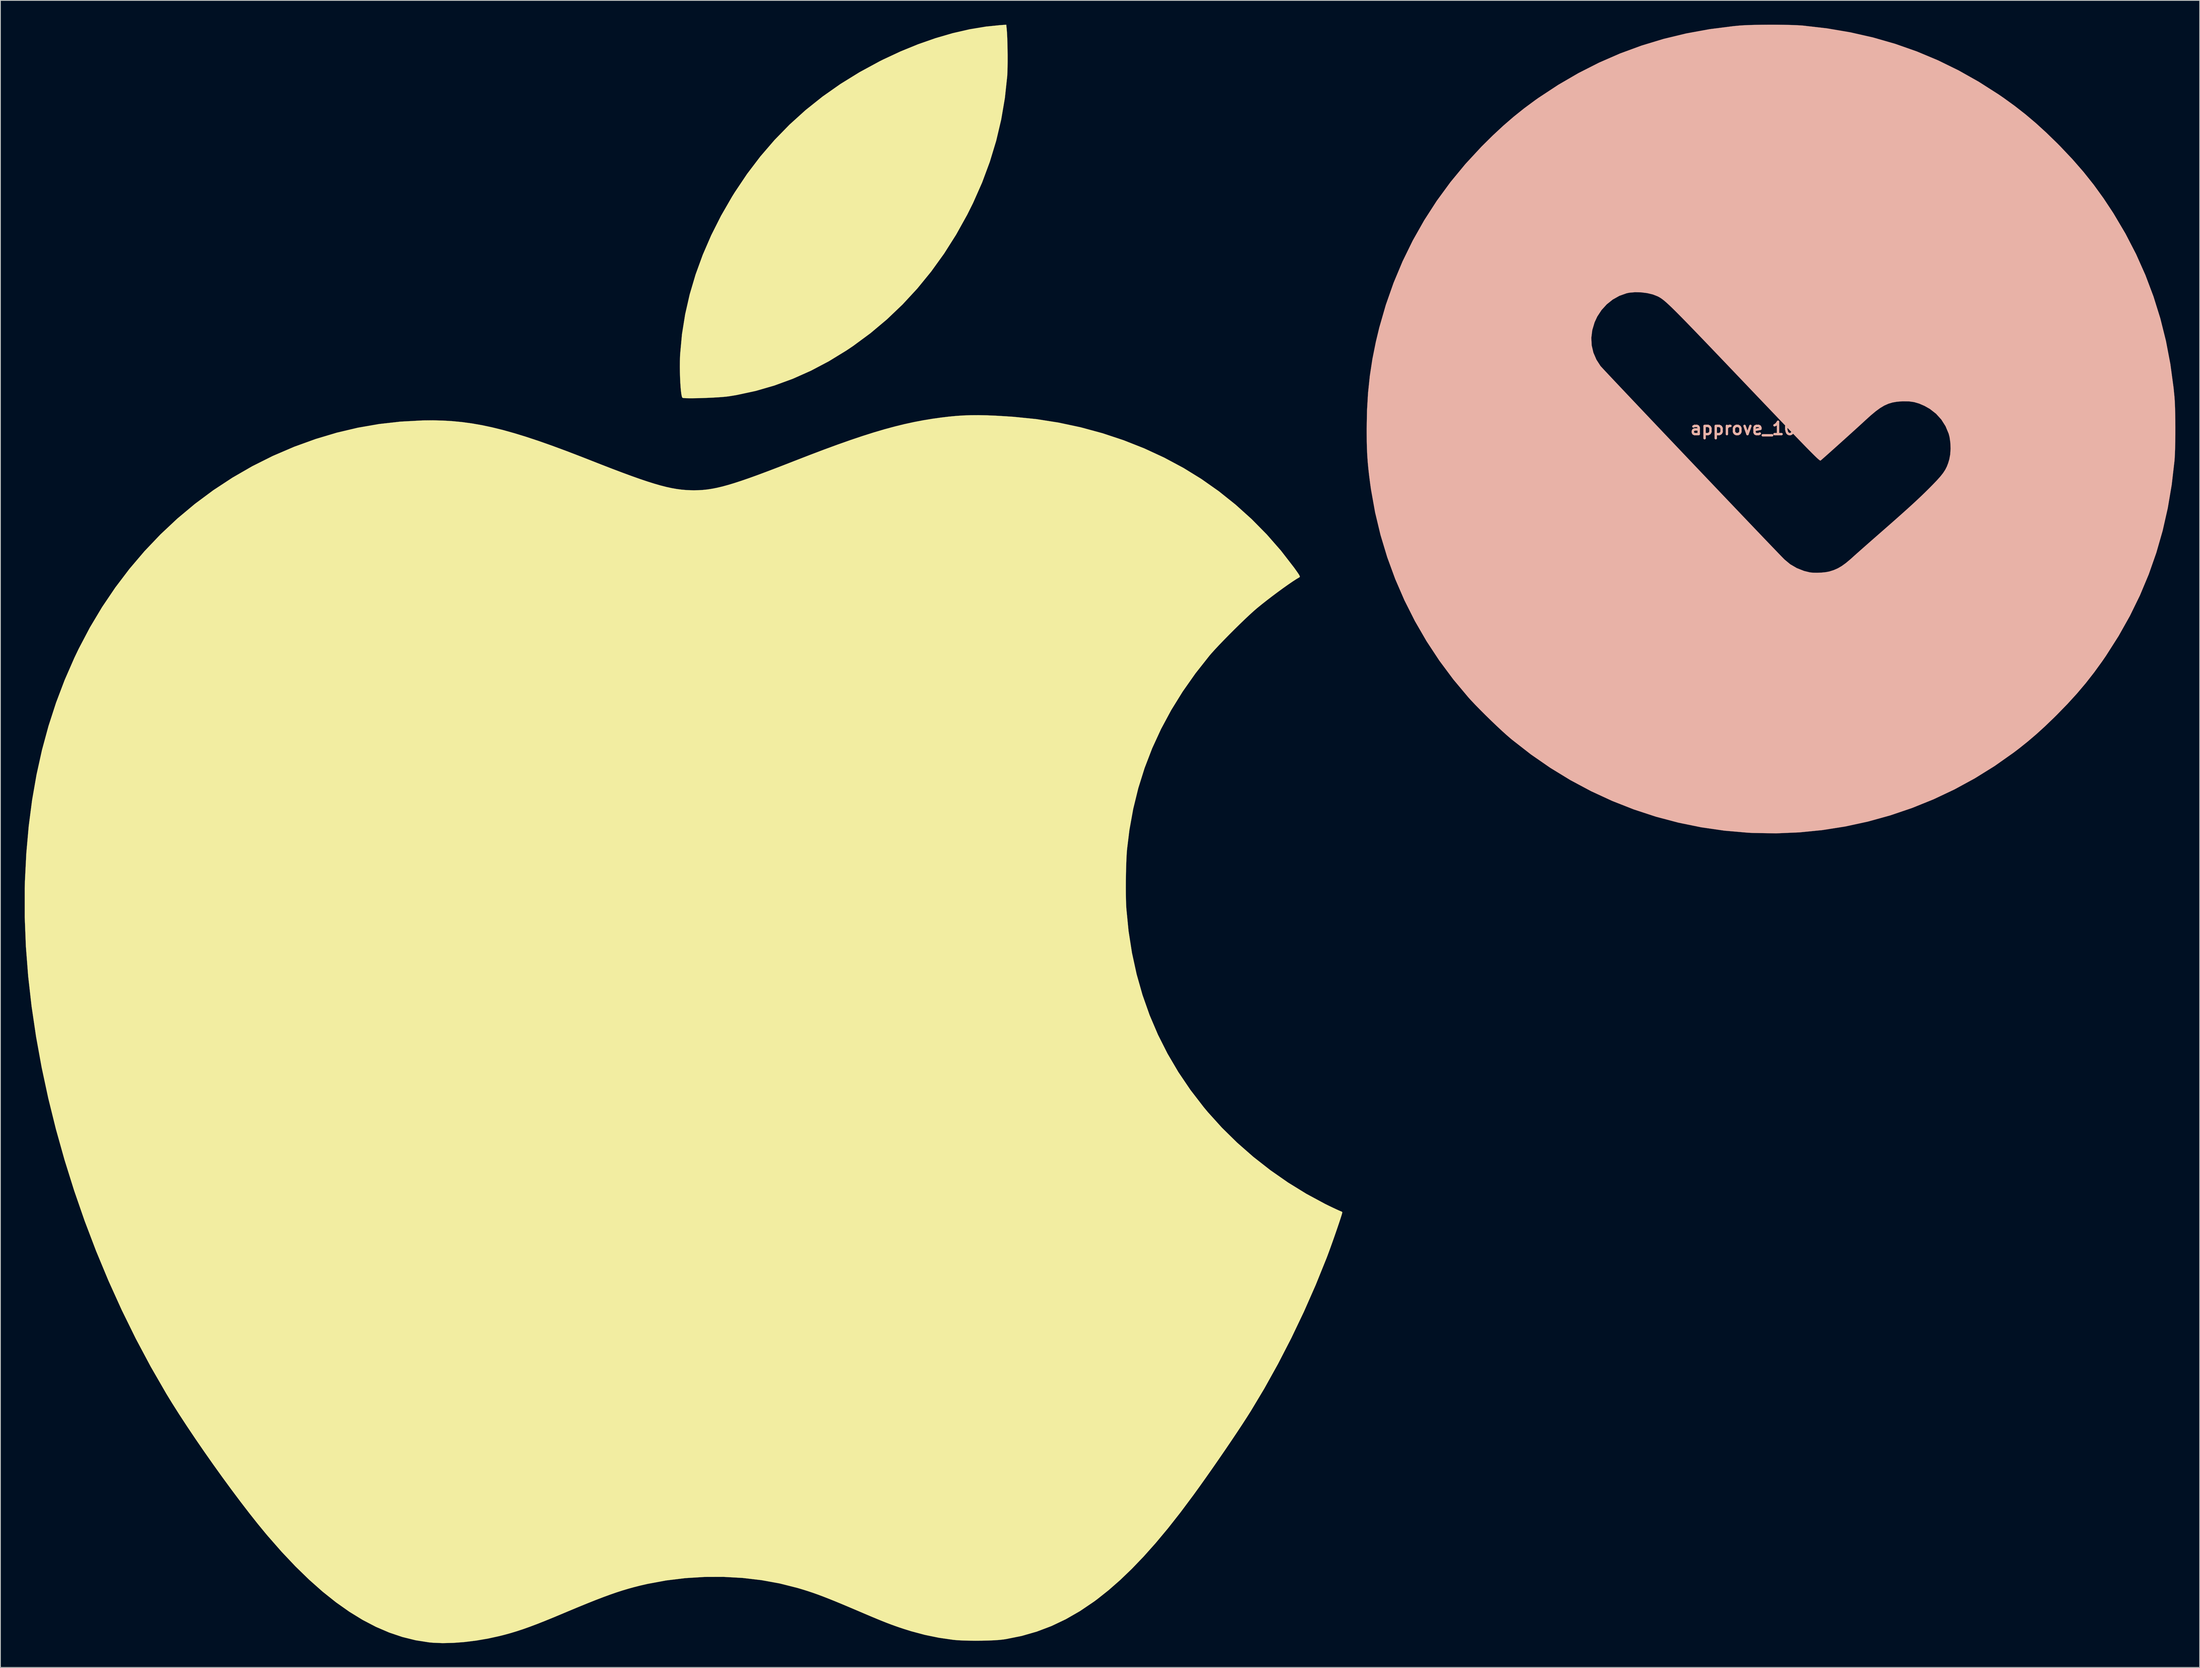
<source format=kicad_pcb>
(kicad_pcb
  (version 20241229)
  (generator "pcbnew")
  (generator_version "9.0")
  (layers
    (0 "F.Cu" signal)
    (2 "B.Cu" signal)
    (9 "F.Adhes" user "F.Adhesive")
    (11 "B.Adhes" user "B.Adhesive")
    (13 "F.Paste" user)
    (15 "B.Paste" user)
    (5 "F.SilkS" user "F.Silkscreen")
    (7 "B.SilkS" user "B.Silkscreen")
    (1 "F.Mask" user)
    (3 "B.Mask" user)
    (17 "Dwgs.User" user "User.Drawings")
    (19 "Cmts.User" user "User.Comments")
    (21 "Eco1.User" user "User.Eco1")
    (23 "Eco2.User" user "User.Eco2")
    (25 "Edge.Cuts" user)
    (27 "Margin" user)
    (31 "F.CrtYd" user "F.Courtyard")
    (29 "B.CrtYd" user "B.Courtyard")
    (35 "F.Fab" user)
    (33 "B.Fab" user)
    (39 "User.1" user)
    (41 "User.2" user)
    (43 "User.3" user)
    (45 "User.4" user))
  (footprint "apple_20x20_F"
    (layer "F.Cu")
    (at 81.393 100.018)
    (property "Reference" "apple_20x20_F" (at 0 0 0) (layer "F.SilkS") (effects (font (size 1.524 1.524) (thickness 0.3))))
    (attr through_hole)
    (fp_poly (pts (xy 39.907 -99.515) (xy 39.945 -99.049) (xy 39.975 -98.45) (xy 39.999 -97.755) (xy 40.015 -97.002) (xy 40.024 -96.226) (xy 40.024 -95.466) (xy 40.016 -94.756) (xy 39.998 -94.136) (xy 39.972 -93.641) (xy 39.685 -90.955) (xy 39.232 -88.299) (xy 38.613 -85.673) (xy 37.827 -83.079) (xy 36.876 -80.516) (xy 35.758 -77.987) (xy 35.036 -76.539) (xy 33.666 -74.075) (xy 32.181 -71.732) (xy 30.582 -69.511) (xy 28.871 -67.415) (xy 27.049 -65.445) (xy 25.118 -63.603) (xy 23.079 -61.89) (xy 20.934 -60.308) (xy 20.108 -59.753) (xy 17.937 -58.423) (xy 15.732 -57.259) (xy 13.493 -56.261) (xy 11.218 -55.427) (xy 8.905 -54.757) (xy 6.554 -54.251) (xy 5.588 -54.092) (xy 5.224 -54.047) (xy 4.758 -54.005) (xy 4.214 -53.967) (xy 3.617 -53.932) (xy 2.991 -53.903) (xy 2.361 -53.88) (xy 1.751 -53.863) (xy 1.186 -53.854) (xy 0.69 -53.853) (xy 0.287 -53.861) (xy 0.002 -53.878) (xy -0.14 -53.906) (xy -0.144 -53.909) (xy -0.209 -54.036) (xy -0.269 -54.31) (xy -0.323 -54.708) (xy -0.37 -55.208) (xy -0.409 -55.786) (xy -0.438 -56.421) (xy -0.457 -57.089) (xy -0.465 -57.768) (xy -0.459 -58.436) (xy -0.439 -59.069) (xy -0.426 -59.318) (xy -0.2 -61.777) (xy 0.194 -64.238) (xy 0.754 -66.696) (xy 1.478 -69.146) (xy 2.365 -71.583) (xy 3.412 -74.002) (xy 4.619 -76.398) (xy 5.984 -78.767) (xy 6.309 -79.29) (xy 7.84 -81.575) (xy 9.478 -83.731) (xy 11.226 -85.762) (xy 13.086 -87.67) (xy 15.063 -89.46) (xy 17.16 -91.133) (xy 19.381 -92.694) (xy 21.728 -94.145) (xy 24.205 -95.489) (xy 24.638 -95.706) (xy 26.799 -96.715) (xy 28.96 -97.597) (xy 31.108 -98.349) (xy 33.228 -98.967) (xy 35.308 -99.445) (xy 37.334 -99.782) (xy 39.041 -99.956) (xy 39.855 -100.013) (xy 39.907 -99.515)) (stroke (width 0.01) (type solid)) (fill yes) (layer "F.SilkS"))
    (fp_poly (pts (xy 37.443 -51.744) (xy 38.546 -51.698) (xy 39.77 -51.626) (xy 40.767 -51.558) (xy 43.558 -51.277) (xy 46.323 -50.843) (xy 49.052 -50.261) (xy 51.731 -49.533) (xy 54.351 -48.664) (xy 56.899 -47.657) (xy 59.364 -46.516) (xy 61.736 -45.246) (xy 63.946 -43.884) (xy 66.103 -42.366) (xy 68.181 -40.706) (xy 70.165 -38.918) (xy 72.04 -37.017) (xy 73.791 -35.016) (xy 75.404 -32.93) (xy 75.547 -32.732) (xy 75.813 -32.356) (xy 75.99 -32.093) (xy 76.088 -31.92) (xy 76.121 -31.814) (xy 76.098 -31.751) (xy 76.057 -31.722) (xy 75.696 -31.508) (xy 75.226 -31.203) (xy 74.672 -30.824) (xy 74.056 -30.387) (xy 73.401 -29.909) (xy 72.73 -29.407) (xy 72.066 -28.898) (xy 71.431 -28.398) (xy 70.849 -27.924) (xy 70.827 -27.906) (xy 70.402 -27.537) (xy 69.886 -27.067) (xy 69.302 -26.517) (xy 68.672 -25.909) (xy 68.019 -25.267) (xy 67.366 -24.612) (xy 66.733 -23.967) (xy 66.145 -23.355) (xy 65.622 -22.796) (xy 65.189 -22.315) (xy 64.966 -22.056) (xy 63.224 -19.847) (xy 61.646 -17.6) (xy 60.23 -15.311) (xy 58.976 -12.977) (xy 57.881 -10.595) (xy 56.945 -8.159) (xy 56.165 -5.668) (xy 55.54 -3.117) (xy 55.068 -0.502) (xy 54.778 1.863) (xy 54.733 2.438) (xy 54.696 3.147) (xy 54.666 3.955) (xy 54.644 4.826) (xy 54.631 5.726) (xy 54.626 6.618) (xy 54.631 7.468) (xy 54.646 8.24) (xy 54.671 8.899) (xy 54.688 9.186) (xy 54.961 11.978) (xy 55.385 14.693) (xy 55.96 17.331) (xy 56.687 19.895) (xy 57.565 22.385) (xy 58.596 24.802) (xy 59.78 27.147) (xy 61.117 29.421) (xy 62.607 31.625) (xy 64.251 33.76) (xy 64.762 34.373) (xy 66.501 36.298) (xy 68.379 38.143) (xy 70.377 39.896) (xy 72.478 41.541) (xy 74.665 43.067) (xy 76.92 44.458) (xy 79.226 45.702) (xy 79.724 45.948) (xy 80.183 46.168) (xy 80.592 46.36) (xy 80.926 46.512) (xy 81.16 46.613) (xy 81.269 46.651) (xy 81.27 46.651) (xy 81.356 46.719) (xy 81.365 46.767) (xy 81.337 46.894) (xy 81.259 47.157) (xy 81.138 47.537) (xy 80.982 48.01) (xy 80.798 48.554) (xy 80.594 49.149) (xy 80.378 49.772) (xy 80.156 50.401) (xy 79.936 51.015) (xy 79.726 51.592) (xy 79.534 52.109) (xy 79.424 52.398) (xy 78.078 55.73) (xy 76.621 59.039) (xy 75.067 62.295) (xy 73.43 65.472) (xy 71.725 68.539) (xy 70.077 71.289) (xy 69.581 72.073) (xy 68.999 72.971) (xy 68.345 73.96) (xy 67.636 75.019) (xy 66.885 76.126) (xy 66.107 77.258) (xy 65.319 78.395) (xy 64.534 79.513) (xy 63.768 80.591) (xy 63.035 81.607) (xy 62.965 81.703) (xy 61.378 83.831) (xy 59.83 85.8) (xy 58.314 87.616) (xy 56.828 89.283) (xy 55.366 90.807) (xy 53.923 92.193) (xy 52.494 93.446) (xy 51.075 94.572) (xy 50.692 94.855) (xy 48.963 96.026) (xy 47.215 97.031) (xy 45.439 97.876) (xy 43.625 98.563) (xy 41.764 99.098) (xy 39.845 99.483) (xy 39.497 99.537) (xy 38.998 99.592) (xy 38.367 99.635) (xy 37.639 99.666) (xy 36.853 99.685) (xy 36.042 99.69) (xy 35.246 99.683) (xy 34.499 99.662) (xy 33.838 99.627) (xy 33.316 99.581) (xy 31.536 99.324) (xy 29.82 98.973) (xy 28.1 98.513) (xy 27.22 98.238) (xy 26.676 98.058) (xy 26.156 97.878) (xy 25.636 97.689) (xy 25.092 97.482) (xy 24.5 97.248) (xy 23.836 96.976) (xy 23.076 96.659) (xy 22.196 96.285) (xy 21.757 96.097) (xy 20.623 95.614) (xy 19.624 95.193) (xy 18.74 94.827) (xy 17.954 94.51) (xy 17.245 94.233) (xy 16.594 93.989) (xy 15.982 93.772) (xy 15.389 93.574) (xy 14.798 93.387) (xy 14.188 93.204) (xy 14.055 93.165) (xy 11.874 92.615) (xy 9.615 92.204) (xy 7.298 91.932) (xy 4.943 91.8) (xy 2.568 91.807) (xy 0.193 91.955) (xy -2.161 92.242) (xy -4.477 92.671) (xy -5.415 92.888) (xy -6.136 93.072) (xy -6.845 93.268) (xy -7.559 93.482) (xy -8.298 93.721) (xy -9.077 93.991) (xy -9.914 94.298) (xy -10.828 94.648) (xy -11.834 95.049) (xy -12.951 95.505) (xy -14.196 96.024) (xy -14.814 96.284) (xy -16.033 96.795) (xy -17.121 97.239) (xy -18.097 97.625) (xy -18.983 97.959) (xy -19.8 98.25) (xy -20.568 98.504) (xy -21.309 98.73) (xy -22.042 98.934) (xy -22.712 99.105) (xy -24.154 99.422) (xy -25.611 99.672) (xy -27.052 99.85) (xy -28.447 99.956) (xy -29.767 99.986) (xy -30.982 99.937) (xy -31.454 99.893) (xy -33.1 99.634) (xy -34.74 99.229) (xy -36.375 98.677) (xy -38.01 97.974) (xy -39.645 97.12) (xy -41.285 96.112) (xy -42.933 94.948) (xy -44.591 93.627) (xy -46.261 92.146) (xy -47.948 90.504) (xy -49.654 88.699) (xy -51.381 86.728) (xy -51.656 86.402) (xy -52.62 85.227) (xy -53.649 83.927) (xy -54.727 82.523) (xy -55.84 81.038) (xy -56.969 79.496) (xy -58.1 77.918) (xy -59.215 76.328) (xy -60.3 74.748) (xy -61.338 73.2) (xy -62.313 71.708) (xy -63.209 70.293) (xy -63.894 69.173) (xy -65.833 65.809) (xy -67.674 62.352) (xy -69.412 58.813) (xy -71.046 55.203) (xy -72.572 51.532) (xy -73.987 47.812) (xy -75.288 44.054) (xy -76.473 40.267) (xy -77.538 36.464) (xy -78.48 32.654) (xy -79.296 28.849) (xy -79.984 25.06) (xy -80.54 21.297) (xy -80.962 17.571) (xy -81.245 13.893) (xy -81.388 10.274) (xy -81.388 6.725) (xy -81.364 5.819) (xy -81.191 2.367) (xy -80.895 -0.974) (xy -80.475 -4.21) (xy -79.928 -7.347) (xy -79.255 -10.392) (xy -78.452 -13.352) (xy -77.52 -16.232) (xy -76.455 -19.039) (xy -75.257 -21.78) (xy -74.719 -22.902) (xy -73.339 -25.526) (xy -71.831 -28.048) (xy -70.201 -30.463) (xy -68.453 -32.768) (xy -66.591 -34.958) (xy -64.619 -37.029) (xy -62.544 -38.977) (xy -60.368 -40.797) (xy -58.096 -42.486) (xy -55.733 -44.039) (xy -53.284 -45.452) (xy -50.752 -46.721) (xy -48.142 -47.841) (xy -48.048 -47.878) (xy -45.443 -48.82) (xy -42.846 -49.597) (xy -40.244 -50.212) (xy -37.624 -50.667) (xy -34.97 -50.965) (xy -32.271 -51.11) (xy -32.173 -51.112) (xy -30.947 -51.123) (xy -29.746 -51.094) (xy -28.557 -51.023) (xy -27.367 -50.908) (xy -26.163 -50.744) (xy -24.933 -50.529) (xy -23.662 -50.259) (xy -22.338 -49.933) (xy -20.949 -49.545) (xy -19.48 -49.095) (xy -17.92 -48.578) (xy -16.255 -47.991) (xy -14.472 -47.331) (xy -12.558 -46.596) (xy -11.726 -46.269) (xy -10.193 -45.667) (xy -8.804 -45.129) (xy -7.547 -44.653) (xy -6.41 -44.234) (xy -5.382 -43.87) (xy -4.451 -43.557) (xy -3.607 -43.292) (xy -2.837 -43.07) (xy -2.129 -42.89) (xy -1.473 -42.747) (xy -0.857 -42.639) (xy -0.269 -42.561) (xy 0.303 -42.511) (xy 0.869 -42.485) (xy 1.27 -42.479) (xy 1.809 -42.488) (xy 2.349 -42.519) (xy 2.901 -42.576) (xy 3.477 -42.663) (xy 4.088 -42.781) (xy 4.747 -42.936) (xy 5.464 -43.13) (xy 6.251 -43.367) (xy 7.12 -43.65) (xy 8.083 -43.982) (xy 9.15 -44.367) (xy 10.334 -44.809) (xy 11.646 -45.31) (xy 13.097 -45.874) (xy 13.639 -46.086) (xy 15.584 -46.841) (xy 17.39 -47.526) (xy 19.072 -48.143) (xy 20.642 -48.697) (xy 22.113 -49.192) (xy 23.5 -49.631) (xy 24.814 -50.019) (xy 26.07 -50.359) (xy 27.281 -50.656) (xy 28.46 -50.913) (xy 29.621 -51.134) (xy 30.777 -51.324) (xy 31.877 -51.477) (xy 32.813 -51.587) (xy 33.71 -51.671) (xy 34.594 -51.728) (xy 35.494 -51.759) (xy 36.434 -51.764) (xy 37.443 -51.744)) (stroke (width 0.01) (type solid)) (fill yes) (layer "F.SilkS")))
  (footprint "approve_10x10_B"
    (layer "F.Cu")
    (at 215.673 49.908)
    (property "Reference" "approve_10x10_B" (at 0 0 0) (layer "B.SilkS") (effects (font (size 1.524 1.524) (thickness 0.3))))
    (attr through_hole)
    (fp_poly (pts (xy 0.729 -49.901) (xy 1.6 -49.891) (xy 2.414 -49.874) (xy 3.138 -49.848) (xy 3.741 -49.815) (xy 3.979 -49.796) (xy 6.951 -49.453) (xy 9.839 -48.963) (xy 12.648 -48.326) (xy 15.383 -47.539) (xy 18.051 -46.601) (xy 20.656 -45.509) (xy 23.203 -44.262) (xy 25.697 -42.857) (xy 28.145 -41.294) (xy 28.766 -40.867) (xy 30.146 -39.867) (xy 31.467 -38.834) (xy 32.761 -37.739) (xy 34.058 -36.555) (xy 35.392 -35.256) (xy 35.773 -34.871) (xy 37.271 -33.288) (xy 38.639 -31.718) (xy 39.91 -30.121) (xy 41.115 -28.455) (xy 42.287 -26.682) (xy 42.363 -26.561) (xy 43.828 -24.084) (xy 45.135 -21.556) (xy 46.287 -18.971) (xy 47.285 -16.325) (xy 48.13 -13.614) (xy 48.825 -10.832) (xy 49.37 -7.974) (xy 49.767 -5.037) (xy 49.88 -3.895) (xy 49.917 -3.356) (xy 49.946 -2.682) (xy 49.968 -1.904) (xy 49.982 -1.055) (xy 49.987 -0.166) (xy 49.986 0.729) (xy 49.976 1.6) (xy 49.958 2.414) (xy 49.933 3.138) (xy 49.9 3.741) (xy 49.881 3.979) (xy 49.538 6.947) (xy 49.051 9.829) (xy 48.417 12.631) (xy 47.634 15.358) (xy 46.701 18.018) (xy 45.614 20.615) (xy 44.373 23.155) (xy 42.974 25.644) (xy 41.417 28.088) (xy 40.951 28.766) (xy 39.954 30.143) (xy 38.923 31.462) (xy 37.831 32.753) (xy 36.65 34.048) (xy 35.353 35.379) (xy 34.955 35.773) (xy 33.856 36.829) (xy 32.806 37.783) (xy 31.762 38.673) (xy 30.68 39.539) (xy 30.014 40.046) (xy 27.66 41.708) (xy 25.221 43.225) (xy 22.705 44.596) (xy 20.118 45.819) (xy 17.469 46.89) (xy 14.765 47.808) (xy 12.013 48.571) (xy 9.22 49.177) (xy 6.394 49.622) (xy 3.542 49.906) (xy 0.673 50.025) (xy -2.208 49.977) (xy -2.794 49.947) (xy -5.703 49.696) (xy -8.574 49.281) (xy -11.402 48.703) (xy -14.184 47.966) (xy -16.913 47.069) (xy -19.586 46.016) (xy -22.197 44.808) (xy -24.743 43.447) (xy -27.217 41.934) (xy -29.616 40.273) (xy -31.935 38.465) (xy -32.131 38.302) (xy -32.628 37.873) (xy -33.211 37.346) (xy -33.854 36.746) (xy -34.529 36.1) (xy -35.21 35.435) (xy -35.869 34.776) (xy -36.48 34.152) (xy -37.014 33.587) (xy -37.336 33.232) (xy -39.202 31.003) (xy -40.928 28.683) (xy -42.511 26.277) (xy -43.949 23.791) (xy -45.239 21.231) (xy -46.378 18.603) (xy -47.363 15.913) (xy -48.192 13.167) (xy -48.862 10.372) (xy -49.37 7.533) (xy -49.477 6.773) (xy -49.603 5.793) (xy -49.702 4.914) (xy -49.778 4.093) (xy -49.834 3.29) (xy -49.872 2.463) (xy -49.894 1.57) (xy -49.904 0.569) (xy -49.905 0.042) (xy -49.863 -2.234) (xy -49.735 -4.404) (xy -49.514 -6.511) (xy -49.196 -8.595) (xy -48.775 -10.699) (xy -48.652 -11.211) (xy -22.156 -11.211) (xy -22.11 -10.28) (xy -21.899 -9.377) (xy -21.524 -8.509) (xy -21.028 -7.738) (xy -20.944 -7.643) (xy -20.751 -7.433) (xy -20.455 -7.115) (xy -20.062 -6.697) (xy -19.581 -6.185) (xy -19.018 -5.588) (xy -18.379 -4.912) (xy -17.673 -4.165) (xy -16.905 -3.354) (xy -16.084 -2.486) (xy -15.215 -1.569) (xy -14.306 -0.61) (xy -13.363 0.383) (xy -12.395 1.403) (xy -11.407 2.444) (xy -10.407 3.497) (xy -9.401 4.555) (xy -8.397 5.611) (xy -7.401 6.657) (xy -6.422 7.687) (xy -5.464 8.693) (xy -4.536 9.667) (xy -3.645 10.602) (xy -2.797 11.492) (xy -1.999 12.328) (xy -1.259 13.103) (xy -0.583 13.81) (xy 0.022 14.441) (xy 0.549 14.99) (xy 0.99 15.449) (xy 1.339 15.81) (xy 1.589 16.066) (xy 1.708 16.186) (xy 2.412 16.771) (xy 3.227 17.247) (xy 4.119 17.599) (xy 4.846 17.776) (xy 5.251 17.818) (xy 5.757 17.825) (xy 6.298 17.801) (xy 6.81 17.748) (xy 7.228 17.67) (xy 7.253 17.664) (xy 7.793 17.492) (xy 8.292 17.274) (xy 8.782 16.988) (xy 9.295 16.617) (xy 9.866 16.138) (xy 10.118 15.911) (xy 10.351 15.7) (xy 10.694 15.394) (xy 11.127 15.011) (xy 11.631 14.565) (xy 12.187 14.075) (xy 12.778 13.556) (xy 13.384 13.025) (xy 13.547 12.883) (xy 14.549 12.005) (xy 15.436 11.223) (xy 16.22 10.526) (xy 16.916 9.902) (xy 17.537 9.336) (xy 18.096 8.818) (xy 18.607 8.335) (xy 19.084 7.874) (xy 19.54 7.423) (xy 19.989 6.969) (xy 20.026 6.932) (xy 20.555 6.378) (xy 20.975 5.907) (xy 21.303 5.49) (xy 21.558 5.099) (xy 21.758 4.707) (xy 21.921 4.284) (xy 22.064 3.81) (xy 22.18 3.188) (xy 22.223 2.48) (xy 22.195 1.75) (xy 22.098 1.063) (xy 21.987 0.635) (xy 21.6 -0.289) (xy 21.078 -1.112) (xy 20.428 -1.828) (xy 19.658 -2.428) (xy 19.008 -2.796) (xy 18.34 -3.085) (xy 17.716 -3.268) (xy 17.071 -3.358) (xy 16.343 -3.367) (xy 16.214 -3.362) (xy 15.604 -3.314) (xy 15.054 -3.22) (xy 14.539 -3.066) (xy 14.036 -2.842) (xy 13.521 -2.534) (xy 12.969 -2.131) (xy 12.357 -1.619) (xy 11.719 -1.041) (xy 11.408 -0.754) (xy 11.008 -0.388) (xy 10.537 0.041) (xy 10.015 0.514) (xy 9.46 1.016) (xy 8.891 1.529) (xy 8.327 2.036) (xy 7.787 2.521) (xy 7.289 2.966) (xy 6.853 3.355) (xy 6.496 3.67) (xy 6.239 3.895) (xy 6.169 3.956) (xy 6.142 3.962) (xy 6.095 3.946) (xy 6.025 3.9) (xy 5.925 3.821) (xy 5.79 3.703) (xy 5.614 3.539) (xy 5.394 3.326) (xy 5.122 3.056) (xy 4.794 2.726) (xy 4.405 2.33) (xy 3.949 1.861) (xy 3.421 1.316) (xy 2.815 0.687) (xy 2.127 -0.029) (xy 1.352 -0.838) (xy 0.483 -1.747) (xy -0.485 -2.76) (xy -1.556 -3.882) (xy -2.736 -5.119) (xy -3.279 -5.689) (xy -4.529 -6.999) (xy -5.667 -8.192) (xy -6.7 -9.273) (xy -7.634 -10.25) (xy -8.475 -11.126) (xy -9.228 -11.909) (xy -9.899 -12.604) (xy -10.494 -13.217) (xy -11.019 -13.753) (xy -11.48 -14.219) (xy -11.882 -14.62) (xy -12.231 -14.962) (xy -12.534 -15.25) (xy -12.795 -15.491) (xy -13.021 -15.691) (xy -13.217 -15.854) (xy -13.39 -15.988) (xy -13.544 -16.097) (xy -13.687 -16.188) (xy -13.823 -16.265) (xy -13.956 -16.335) (xy -14.549 -16.568) (xy -15.249 -16.735) (xy -16.002 -16.831) (xy -16.757 -16.849) (xy -17.461 -16.786) (xy -17.809 -16.714) (xy -18.69 -16.4) (xy -19.51 -15.94) (xy -20.25 -15.348) (xy -20.893 -14.643) (xy -21.42 -13.84) (xy -21.752 -13.123) (xy -22.037 -12.162) (xy -22.156 -11.211) (xy -48.652 -11.211) (xy -48.345 -12.488) (xy -47.538 -15.289) (xy -46.579 -18.016) (xy -45.469 -20.667) (xy -44.21 -23.24) (xy -42.802 -25.731) (xy -41.248 -28.139) (xy -39.548 -30.462) (xy -37.703 -32.697) (xy -35.716 -34.843) (xy -35.688 -34.871) (xy -34.339 -36.207) (xy -33.035 -37.42) (xy -31.743 -38.537) (xy -30.433 -39.585) (xy -29.072 -40.591) (xy -28.681 -40.867) (xy -26.238 -42.475) (xy -23.747 -43.924) (xy -21.204 -45.215) (xy -18.604 -46.349) (xy -15.943 -47.328) (xy -13.216 -48.154) (xy -10.419 -48.828) (xy -7.546 -49.353) (xy -4.594 -49.729) (xy -3.895 -49.795) (xy -3.356 -49.832) (xy -2.682 -49.862) (xy -1.904 -49.883) (xy -1.055 -49.897) (xy -0.166 -49.903) (xy 0.729 -49.901)) (stroke (width 0.01) (type solid)) (fill yes) (layer "B.SilkS")))
  (gr_rect
    (start -3 -3)
    (end 268.666 203.009)
    (stroke (width 0.1) (type default))
    (fill no)
    (layer "Edge.Cuts")))
</source>
